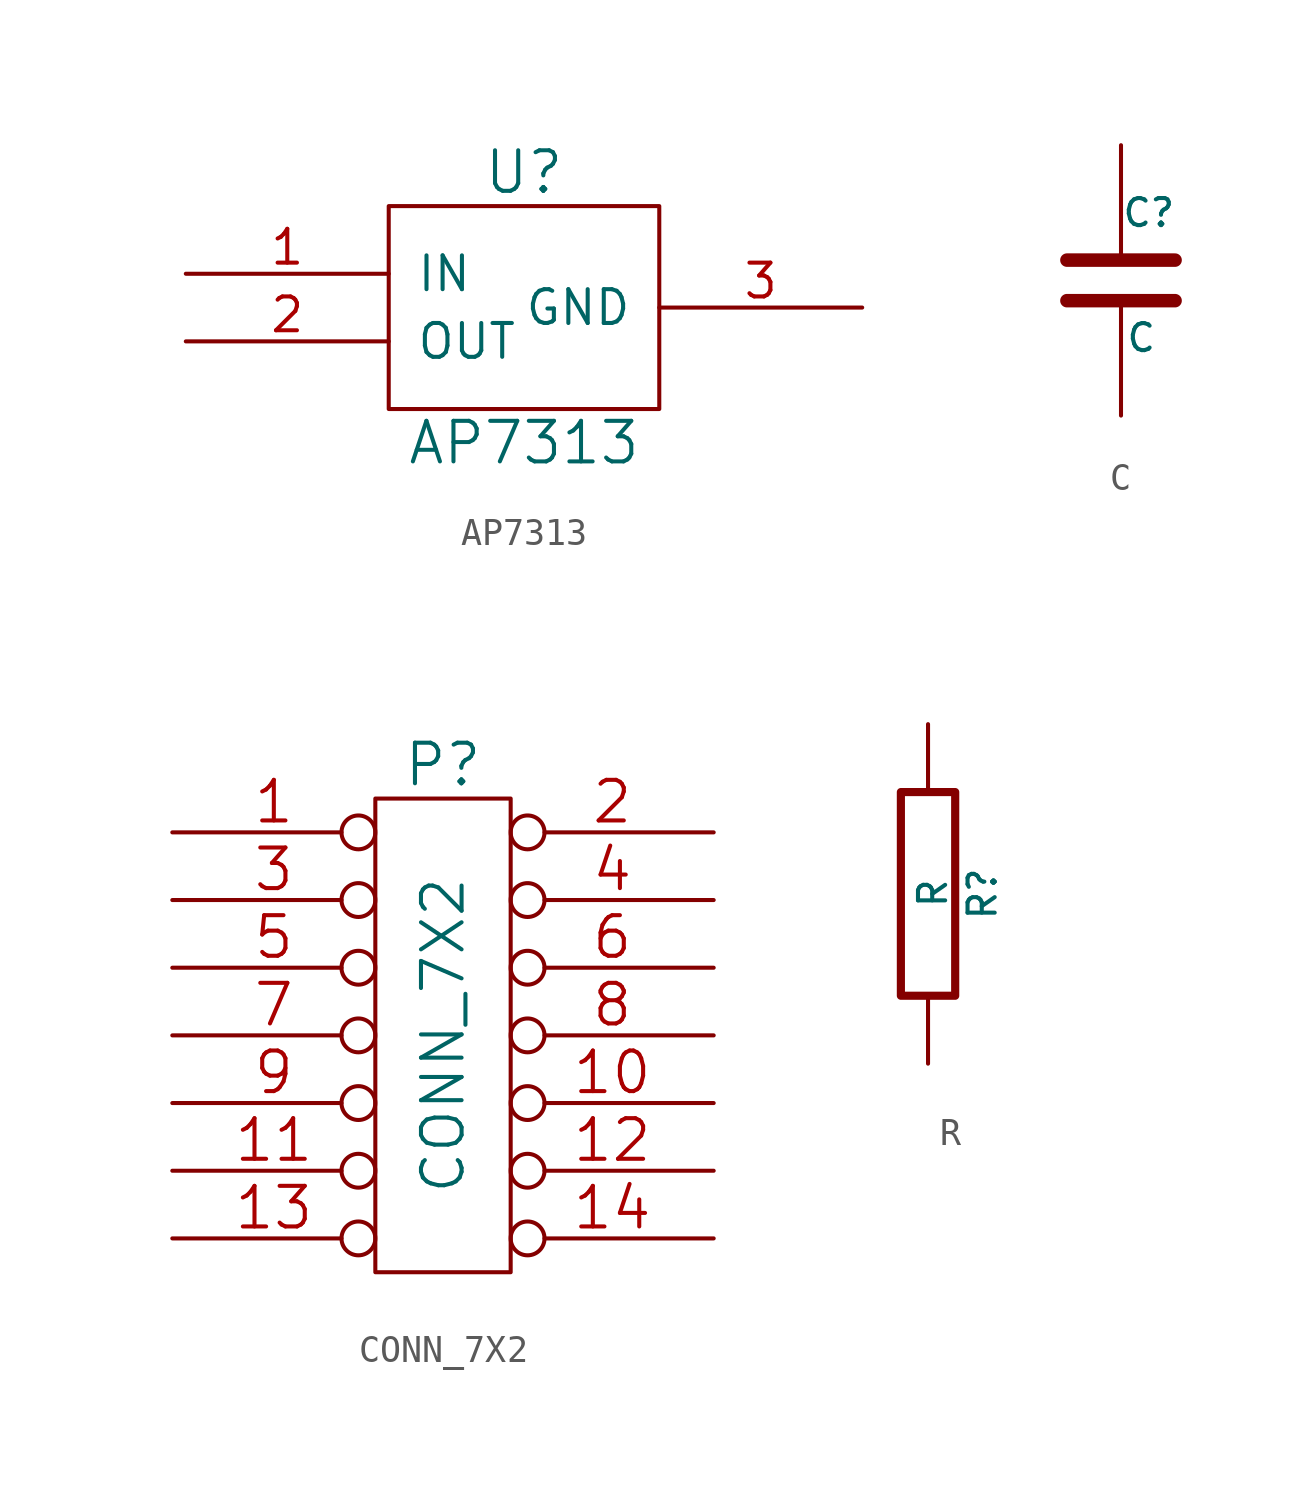
<source format=kicad_sym>
(kicad_symbol_lib
  (version 20211014)
  (generator kicad_symbol_editor)
  (symbol "AP7313"
    (pin_names
      (offset 1.016))
    (property "Reference" "U"
      (at 0 5.08 0)
      (effects (font (size 1.524 1.524))))
    (property "Value" "AP7313"
      (at 0 -5.08 0)
      (effects (font (size 1.524 1.524))))
    (symbol "AP7313_0_1"
      (rectangle (start -5.08 3.81) (end 5.08 -3.81) (stroke (width 0) (type default) (color 0 0 0 0)) (fill (type none))))
    (symbol "AP7313_1_1"
      (pin power_in line (at -12.7 1.27 0) (length 7.62) (name "IN" (effects (font (size 1.27 1.27)))) (number "1" (effects (font (size 1.27 1.27)))))
      (pin power_out line (at -12.7 -1.27 0) (length 7.62) (name "OUT" (effects (font (size 1.27 1.27)))) (number "2" (effects (font (size 1.27 1.27)))))
      (pin power_in line (at 12.7 0 180) (length 7.62) (name "GND" (effects (font (size 1.27 1.27)))) (number "3" (effects (font (size 1.27 1.27)))))))
  (symbol "C"
    (pin_numbers hide)
    (pin_names
      (offset 0.254))
    (property "Reference" "C"
      (at 0 2.54 0)
      (effects (font (size 1.016 1.016)) (justify left)))
    (property "Value" "C"
      (at 0.152 -2.159 0)
      (effects (font (size 1.016 1.016)) (justify left)))
    (symbol "C_0_1"
      (polyline (pts (xy -2.032 -0.762) (xy 2.032 -0.762)) (stroke (width 0.508) (type default) (color 0 0 0 0)) (fill (type none)))
      (polyline (pts (xy -2.032 0.762) (xy 2.032 0.762)) (stroke (width 0.508) (type default) (color 0 0 0 0)) (fill (type none))))
    (symbol "C_1_1"
      (pin passive line (at 0 5.08 270) (length 4.318) (name "~" (effects (font (size 1.016 1.016)))) (number "1" (effects (font (size 1.016 1.016)))))
      (pin passive line (at 0 -5.08 90) (length 4.318) (name "~" (effects (font (size 1.016 1.016)))) (number "2" (effects (font (size 1.016 1.016)))))))
  (symbol "CONN_7X2"
    (pin_names
      (offset 1.016) hide)
    (property "Reference" "P"
      (at 0 10.16 0)
      (effects (font (size 1.524 1.524))))
    (property "Value" "CONN_7X2"
      (at 0 0 90)
      (effects (font (size 1.524 1.524))))
    (symbol "CONN_7X2_0_1"
      (rectangle (start -2.54 8.89) (end 2.54 -8.89) (stroke (width 0) (type default) (color 0 0 0 0)) (fill (type none))))
    (symbol "CONN_7X2_1_1"
      (pin passive inverted (at -10.16 7.62 0) (length 7.62) (name "P1" (effects (font (size 1.524 1.524)))) (number "1" (effects (font (size 1.524 1.524)))))
      (pin passive inverted (at 10.16 -2.54 180) (length 7.62) (name "10" (effects (font (size 1.524 1.524)))) (number "10" (effects (font (size 1.524 1.524)))))
      (pin passive inverted (at -10.16 -5.08 0) (length 7.62) (name "11" (effects (font (size 1.524 1.524)))) (number "11" (effects (font (size 1.524 1.524)))))
      (pin passive inverted (at 10.16 -5.08 180) (length 7.62) (name "12" (effects (font (size 1.524 1.524)))) (number "12" (effects (font (size 1.524 1.524)))))
      (pin passive inverted (at -10.16 -7.62 0) (length 7.62) (name "13" (effects (font (size 1.524 1.524)))) (number "13" (effects (font (size 1.524 1.524)))))
      (pin passive inverted (at 10.16 -7.62 180) (length 7.62) (name "14" (effects (font (size 1.524 1.524)))) (number "14" (effects (font (size 1.524 1.524)))))
      (pin passive inverted (at 10.16 7.62 180) (length 7.62) (name "P2" (effects (font (size 1.524 1.524)))) (number "2" (effects (font (size 1.524 1.524)))))
      (pin passive inverted (at -10.16 5.08 0) (length 7.62) (name "P3" (effects (font (size 1.524 1.524)))) (number "3" (effects (font (size 1.524 1.524)))))
      (pin passive inverted (at 10.16 5.08 180) (length 7.62) (name "P4" (effects (font (size 1.524 1.524)))) (number "4" (effects (font (size 1.524 1.524)))))
      (pin passive inverted (at -10.16 2.54 0) (length 7.62) (name "P5" (effects (font (size 1.524 1.524)))) (number "5" (effects (font (size 1.524 1.524)))))
      (pin passive inverted (at 10.16 2.54 180) (length 7.62) (name "P6" (effects (font (size 1.524 1.524)))) (number "6" (effects (font (size 1.524 1.524)))))
      (pin passive inverted (at -10.16 0 0) (length 7.62) (name "P7" (effects (font (size 1.524 1.524)))) (number "7" (effects (font (size 1.524 1.524)))))
      (pin passive inverted (at 10.16 0 180) (length 7.62) (name "P8" (effects (font (size 1.524 1.524)))) (number "8" (effects (font (size 1.524 1.524)))))
      (pin passive inverted (at -10.16 -2.54 0) (length 7.62) (name "9" (effects (font (size 1.524 1.524)))) (number "9" (effects (font (size 1.524 1.524)))))))
  (symbol "R"
    (pin_numbers hide)
    (pin_names
      (offset 0))
    (property "Reference" "R"
      (at 2.032 0 90)
      (effects (font (size 1.016 1.016))))
    (property "Value" "R"
      (at 0.178 0.025 90)
      (effects (font (size 1.016 1.016))))
    (symbol "R_0_1"
      (rectangle (start -1.016 3.81) (end 1.016 -3.81) (stroke (width 0.305) (type default) (color 0 0 0 0)) (fill (type none))))
    (symbol "R_1_1"
      (pin passive line (at 0 6.35 270) (length 2.54) (name "~" (effects (font (size 1.524 1.524)))) (number "1" (effects (font (size 1.524 1.524)))))
      (pin passive line (at 0 -6.35 90) (length 2.54) (name "~" (effects (font (size 1.524 1.524)))) (number "2" (effects (font (size 1.524 1.524))))))))
</source>
